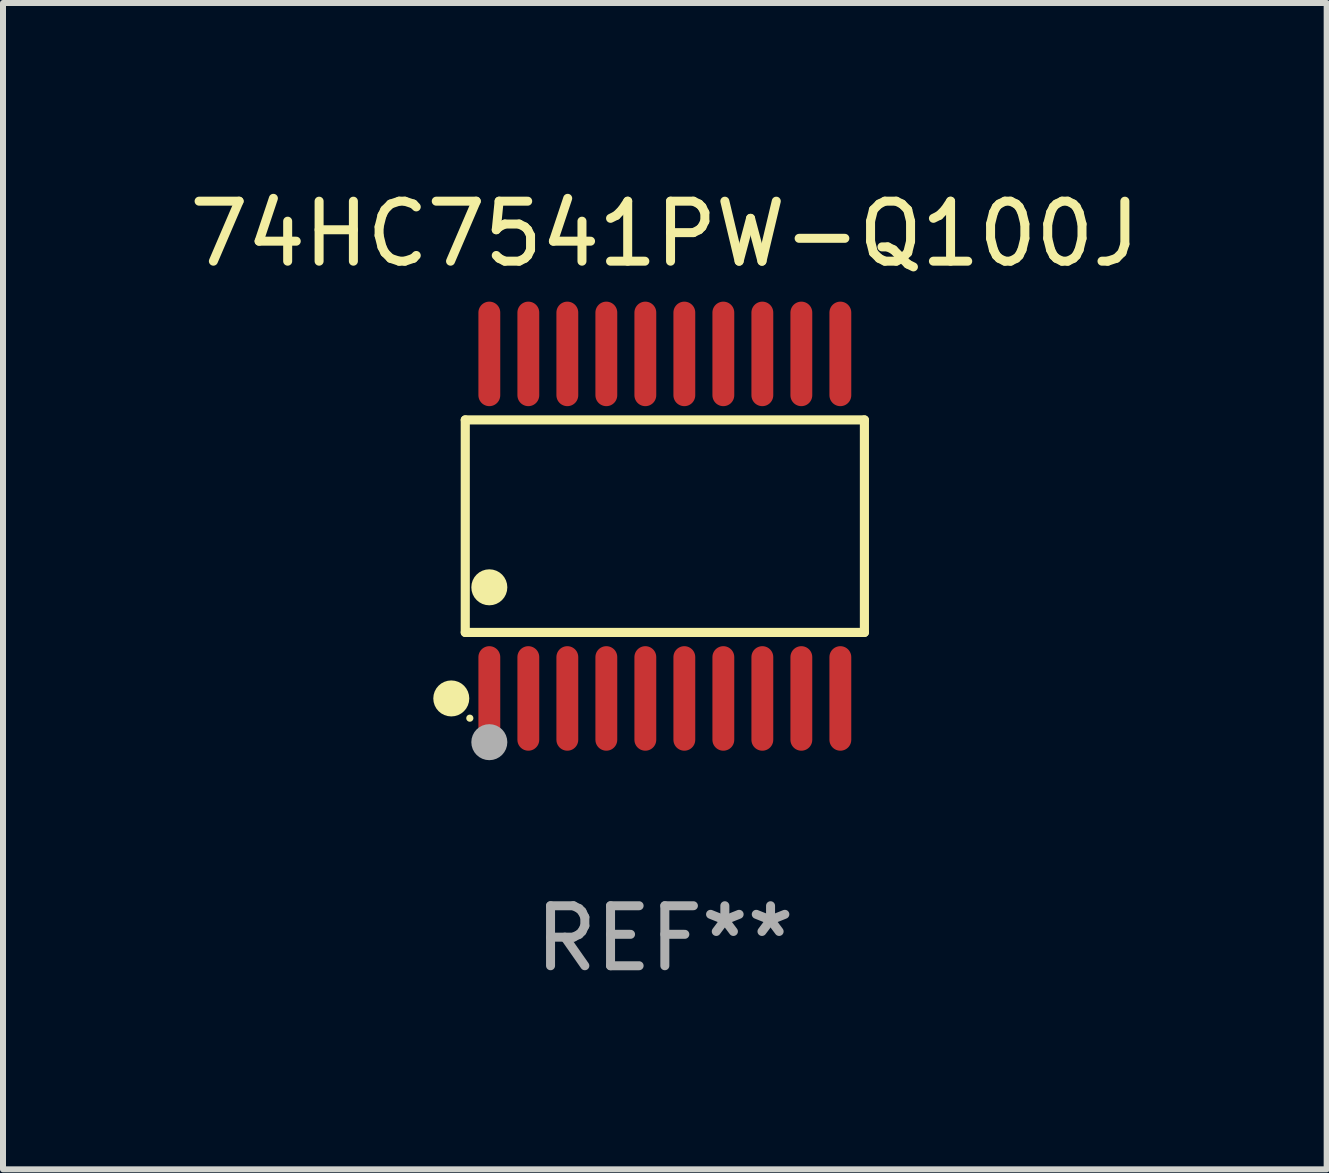
<source format=kicad_pcb>
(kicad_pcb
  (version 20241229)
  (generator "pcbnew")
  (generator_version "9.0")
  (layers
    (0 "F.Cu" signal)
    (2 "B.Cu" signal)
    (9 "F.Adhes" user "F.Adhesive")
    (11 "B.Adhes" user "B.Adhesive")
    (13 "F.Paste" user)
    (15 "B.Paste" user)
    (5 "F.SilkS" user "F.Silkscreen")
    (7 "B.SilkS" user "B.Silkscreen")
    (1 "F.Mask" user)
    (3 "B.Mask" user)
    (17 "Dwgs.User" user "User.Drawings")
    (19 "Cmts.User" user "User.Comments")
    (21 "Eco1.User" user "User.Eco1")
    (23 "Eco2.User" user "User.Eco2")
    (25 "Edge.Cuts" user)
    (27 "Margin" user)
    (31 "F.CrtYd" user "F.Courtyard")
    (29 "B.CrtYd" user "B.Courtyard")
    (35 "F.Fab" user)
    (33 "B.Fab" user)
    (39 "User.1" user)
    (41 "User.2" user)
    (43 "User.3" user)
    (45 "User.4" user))
  (footprint "74HC7541PW-Q100J"
    (layer "F.Cu")
    (at 8.03 5.719)
    (property "Reference" "74HC7541PW-Q100J" (at 0 -4.871 0) (layer "F.SilkS") (effects (font (size 1 1) (thickness 0.15))))
    (attr through_hole)
    (fp_line (start -3.326 -1.771) (end 3.326 -1.771) (stroke (width 0.152) (type solid)) (layer "F.SilkS"))
    (fp_line (start -3.326 1.771) (end -3.326 -1.771) (stroke (width 0.152) (type solid)) (layer "F.SilkS"))
    (fp_line (start 3.326 -1.771) (end 3.326 1.771) (stroke (width 0.152) (type solid)) (layer "F.SilkS"))
    (fp_line (start 3.326 1.771) (end -3.326 1.771) (stroke (width 0.152) (type solid)) (layer "F.SilkS"))
    (fp_circle (center -3.559 2.871) (end -3.409 2.871) (stroke (width 0.3) (type solid)) (fill no) (layer "F.SilkS"))
    (fp_circle (center -3.25 3.2) (end -3.22 3.2) (stroke (width 0.06) (type solid)) (fill no) (layer "F.SilkS"))
    (fp_circle (center -2.925 1.019) (end -2.775 1.019) (stroke (width 0.3) (type solid)) (fill no) (layer "F.SilkS"))
    (fp_circle (center -2.925 3.6) (end -2.775 3.6) (stroke (width 0.3) (type solid)) (fill no) (layer "F.Fab"))
    (fp_text user "REF**" (at 0 6.871 0) (layer "F.Fab") (effects (font (size 1 1) (thickness 0.15))))
    (pad "1" smd oval (at -2.925 2.871) (size 0.364 1.742) (layers "F.Cu" "F.Mask" "F.Paste"))
    (pad "2" smd oval (at -2.275 2.871) (size 0.364 1.742) (layers "F.Cu" "F.Mask" "F.Paste"))
    (pad "3" smd oval (at -1.625 2.871) (size 0.364 1.742) (layers "F.Cu" "F.Mask" "F.Paste"))
    (pad "4" smd oval (at -0.975 2.871) (size 0.364 1.742) (layers "F.Cu" "F.Mask" "F.Paste"))
    (pad "5" smd oval (at -0.325 2.871) (size 0.364 1.742) (layers "F.Cu" "F.Mask" "F.Paste"))
    (pad "6" smd oval (at 0.325 2.871) (size 0.364 1.742) (layers "F.Cu" "F.Mask" "F.Paste"))
    (pad "7" smd oval (at 0.975 2.871) (size 0.364 1.742) (layers "F.Cu" "F.Mask" "F.Paste"))
    (pad "8" smd oval (at 1.625 2.871) (size 0.364 1.742) (layers "F.Cu" "F.Mask" "F.Paste"))
    (pad "9" smd oval (at 2.275 2.871) (size 0.364 1.742) (layers "F.Cu" "F.Mask" "F.Paste"))
    (pad "10" smd oval (at 2.925 2.871) (size 0.364 1.742) (layers "F.Cu" "F.Mask" "F.Paste"))
    (pad "11" smd oval (at 2.925 -2.871) (size 0.364 1.742) (layers "F.Cu" "F.Mask" "F.Paste"))
    (pad "12" smd oval (at 2.275 -2.871) (size 0.364 1.742) (layers "F.Cu" "F.Mask" "F.Paste"))
    (pad "13" smd oval (at 1.625 -2.871) (size 0.364 1.742) (layers "F.Cu" "F.Mask" "F.Paste"))
    (pad "14" smd oval (at 0.975 -2.871) (size 0.364 1.742) (layers "F.Cu" "F.Mask" "F.Paste"))
    (pad "15" smd oval (at 0.325 -2.871) (size 0.364 1.742) (layers "F.Cu" "F.Mask" "F.Paste"))
    (pad "16" smd oval (at -0.325 -2.871) (size 0.364 1.742) (layers "F.Cu" "F.Mask" "F.Paste"))
    (pad "17" smd oval (at -0.975 -2.871) (size 0.364 1.742) (layers "F.Cu" "F.Mask" "F.Paste"))
    (pad "18" smd oval (at -1.625 -2.871) (size 0.364 1.742) (layers "F.Cu" "F.Mask" "F.Paste"))
    (pad "19" smd oval (at -2.275 -2.871) (size 0.364 1.742) (layers "F.Cu" "F.Mask" "F.Paste"))
    (pad "20" smd oval (at -2.925 -2.871) (size 0.364 1.742) (layers "F.Cu" "F.Mask" "F.Paste")))
  (gr_rect
    (start -3 -3)
    (end 19.06 16.438)
    (stroke (width 0.1) (type default))
    (fill no)
    (layer "Edge.Cuts")))
</source>
